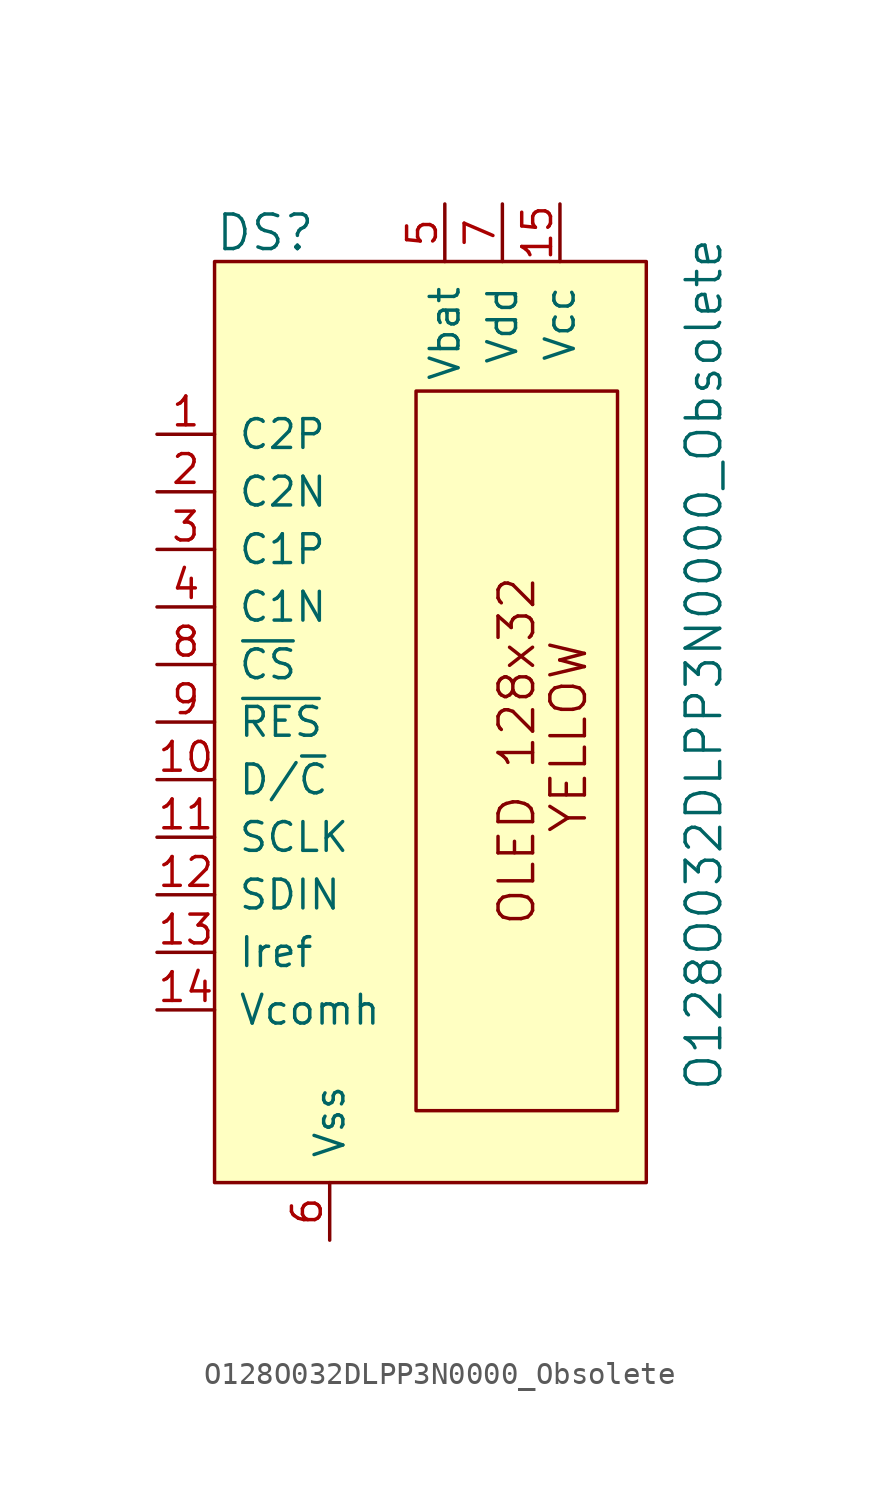
<source format=kicad_sym>
(kicad_symbol_lib
  (version 20220914)
  (generator kicad_symbol_editor)
  (symbol "O128O032DLPP3N0000_Obsolete"
    (pin_names
      (offset 1.016))
    (property "Reference" "DS"
      (at -17.78 19.05 0)
      (effects (font (size 1.524 1.524)) (justify left)))
    (property "Value" "O128O032DLPP3N0000_Obsolete"
      (at 3.81 0 90)
      (effects (font (size 1.524 1.524))))
    (symbol "O128O032DLPP3N0000_Obsolete_0_0"
      (text "OLED 128x32" (at -4.445 -3.81 900) (effects (font (size 1.524 1.524))))
      (text "YELLOW" (at -2.159 -3.175 900) (effects (font (size 1.524 1.524)))))
    (symbol "O128O032DLPP3N0000_Obsolete_0_1"
      (rectangle (start -17.78 -22.86) (end 1.27 17.78) (stroke (width 0) (type default)) (fill (type background)))
      (rectangle (start -8.89 12.065) (end 0 -19.685) (stroke (width 0) (type default)) (fill (type none))))
    (symbol "O128O032DLPP3N0000_Obsolete_1_1"
      (pin passive line (at -20.32 10.16 0) (length 2.54) (name "C2P" (effects (font (size 1.27 1.27)))) (number "1" (effects (font (size 1.27 1.27)))))
      (pin input line (at -20.32 -5.08 0) (length 2.54) (name "D/~{C}" (effects (font (size 1.27 1.27)))) (number "10" (effects (font (size 1.27 1.27)))))
      (pin input line (at -20.32 -7.62 0) (length 2.54) (name "SCLK" (effects (font (size 1.27 1.27)))) (number "11" (effects (font (size 1.27 1.27)))))
      (pin input line (at -20.32 -10.16 0) (length 2.54) (name "SDIN" (effects (font (size 1.27 1.27)))) (number "12" (effects (font (size 1.27 1.27)))))
      (pin passive line (at -20.32 -12.7 0) (length 2.54) (name "Iref" (effects (font (size 1.27 1.27)))) (number "13" (effects (font (size 1.27 1.27)))))
      (pin input line (at -20.32 -15.24 0) (length 2.54) (name "Vcomh" (effects (font (size 1.27 1.27)))) (number "14" (effects (font (size 1.27 1.27)))))
      (pin input line (at -2.54 20.32 270) (length 2.54) (name "Vcc" (effects (font (size 1.27 1.27)))) (number "15" (effects (font (size 1.27 1.27)))))
      (pin passive line (at -20.32 7.62 0) (length 2.54) (name "C2N" (effects (font (size 1.27 1.27)))) (number "2" (effects (font (size 1.27 1.27)))))
      (pin passive line (at -20.32 5.08 0) (length 2.54) (name "C1P" (effects (font (size 1.27 1.27)))) (number "3" (effects (font (size 1.27 1.27)))))
      (pin passive line (at -20.32 2.54 0) (length 2.54) (name "C1N" (effects (font (size 1.27 1.27)))) (number "4" (effects (font (size 1.27 1.27)))))
      (pin power_in line (at -7.62 20.32 270) (length 2.54) (name "Vbat" (effects (font (size 1.27 1.27)))) (number "5" (effects (font (size 1.27 1.27)))))
      (pin power_in line (at -12.7 -25.4 90) (length 2.54) (name "Vss" (effects (font (size 1.27 1.27)))) (number "6" (effects (font (size 1.27 1.27)))))
      (pin power_in line (at -5.08 20.32 270) (length 2.54) (name "Vdd" (effects (font (size 1.27 1.27)))) (number "7" (effects (font (size 1.27 1.27)))))
      (pin input line (at -20.32 0 0) (length 2.54) (name "~{CS}" (effects (font (size 1.27 1.27)))) (number "8" (effects (font (size 1.27 1.27)))))
      (pin input line (at -20.32 -2.54 0) (length 2.54) (name "~{RES}" (effects (font (size 1.27 1.27)))) (number "9" (effects (font (size 1.27 1.27))))))))
</source>
